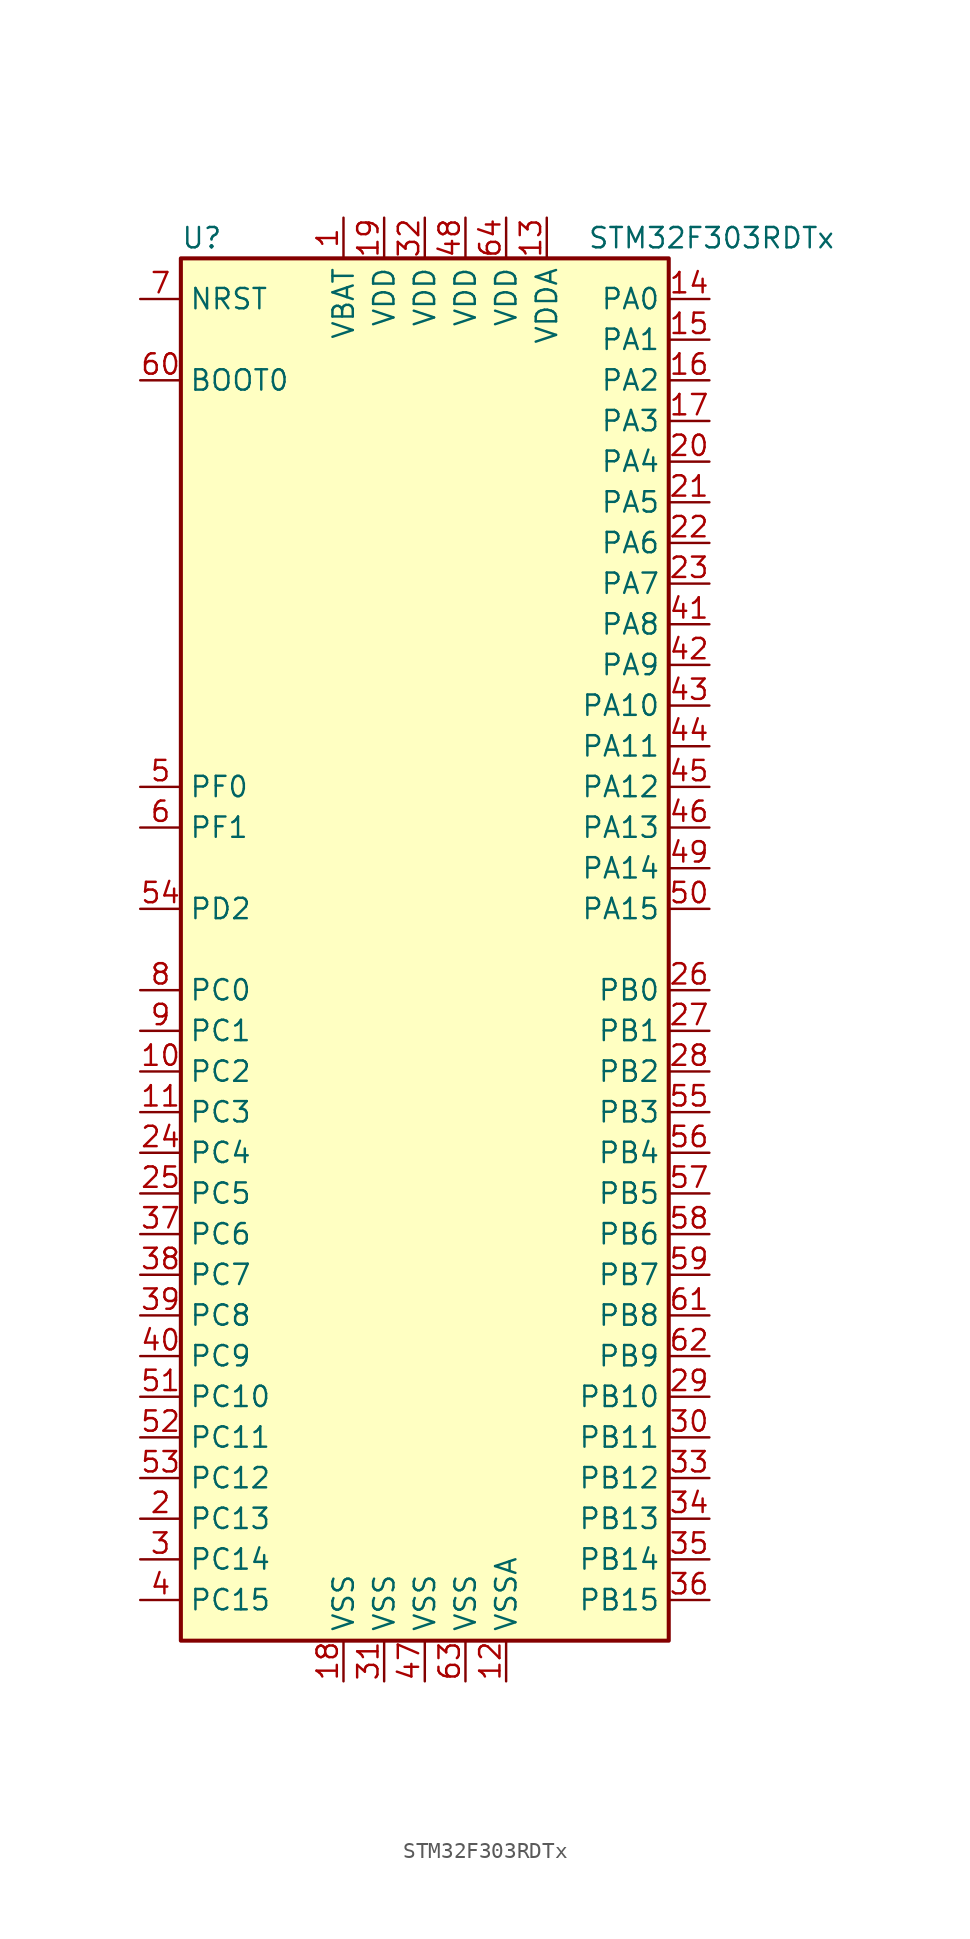
<source format=kicad_sym>
(kicad_symbol_lib
  (version 20211014)
  (generator kicad_symbol_editor)
  (symbol "STM32F303RDTx"
    (property "Reference" "U"
      (at -15.24 44.45 0)
      (effects (font (size 1.27 1.27)) (justify left)))
    (property "Value" "STM32F303RDTx"
      (at 10.16 44.45 0)
      (effects (font (size 1.27 1.27)) (justify left)))
    (symbol "STM32F303RDTx_0_1"
      (rectangle (start -15.24 -43.18) (end 15.24 43.18) (stroke (width 0.254) (type default) (color 0 0 0 0)) (fill (type background))))
    (symbol "STM32F303RDTx_1_1"
      (pin power_in line (at -5.08 45.72 270) (length 2.54) (name "VBAT" (effects (font (size 1.27 1.27)))) (number "1" (effects (font (size 1.27 1.27)))))
      (pin bidirectional line (at -17.78 -7.62 0) (length 2.54) (name "PC2" (effects (font (size 1.27 1.27)))) (number "10" (effects (font (size 1.27 1.27)))))
      (pin bidirectional line (at -17.78 -10.16 0) (length 2.54) (name "PC3" (effects (font (size 1.27 1.27)))) (number "11" (effects (font (size 1.27 1.27)))))
      (pin power_in line (at 5.08 -45.72 90) (length 2.54) (name "VSSA" (effects (font (size 1.27 1.27)))) (number "12" (effects (font (size 1.27 1.27)))))
      (pin power_in line (at 7.62 45.72 270) (length 2.54) (name "VDDA" (effects (font (size 1.27 1.27)))) (number "13" (effects (font (size 1.27 1.27)))))
      (pin bidirectional line (at 17.78 40.64 180) (length 2.54) (name "PA0" (effects (font (size 1.27 1.27)))) (number "14" (effects (font (size 1.27 1.27)))))
      (pin bidirectional line (at 17.78 38.1 180) (length 2.54) (name "PA1" (effects (font (size 1.27 1.27)))) (number "15" (effects (font (size 1.27 1.27)))))
      (pin bidirectional line (at 17.78 35.56 180) (length 2.54) (name "PA2" (effects (font (size 1.27 1.27)))) (number "16" (effects (font (size 1.27 1.27)))))
      (pin bidirectional line (at 17.78 33.02 180) (length 2.54) (name "PA3" (effects (font (size 1.27 1.27)))) (number "17" (effects (font (size 1.27 1.27)))))
      (pin power_in line (at -5.08 -45.72 90) (length 2.54) (name "VSS" (effects (font (size 1.27 1.27)))) (number "18" (effects (font (size 1.27 1.27)))))
      (pin power_in line (at -2.54 45.72 270) (length 2.54) (name "VDD" (effects (font (size 1.27 1.27)))) (number "19" (effects (font (size 1.27 1.27)))))
      (pin bidirectional line (at -17.78 -35.56 0) (length 2.54) (name "PC13" (effects (font (size 1.27 1.27)))) (number "2" (effects (font (size 1.27 1.27)))))
      (pin bidirectional line (at 17.78 30.48 180) (length 2.54) (name "PA4" (effects (font (size 1.27 1.27)))) (number "20" (effects (font (size 1.27 1.27)))))
      (pin bidirectional line (at 17.78 27.94 180) (length 2.54) (name "PA5" (effects (font (size 1.27 1.27)))) (number "21" (effects (font (size 1.27 1.27)))))
      (pin bidirectional line (at 17.78 25.4 180) (length 2.54) (name "PA6" (effects (font (size 1.27 1.27)))) (number "22" (effects (font (size 1.27 1.27)))))
      (pin bidirectional line (at 17.78 22.86 180) (length 2.54) (name "PA7" (effects (font (size 1.27 1.27)))) (number "23" (effects (font (size 1.27 1.27)))))
      (pin bidirectional line (at -17.78 -12.7 0) (length 2.54) (name "PC4" (effects (font (size 1.27 1.27)))) (number "24" (effects (font (size 1.27 1.27)))))
      (pin bidirectional line (at -17.78 -15.24 0) (length 2.54) (name "PC5" (effects (font (size 1.27 1.27)))) (number "25" (effects (font (size 1.27 1.27)))))
      (pin bidirectional line (at 17.78 -2.54 180) (length 2.54) (name "PB0" (effects (font (size 1.27 1.27)))) (number "26" (effects (font (size 1.27 1.27)))))
      (pin bidirectional line (at 17.78 -5.08 180) (length 2.54) (name "PB1" (effects (font (size 1.27 1.27)))) (number "27" (effects (font (size 1.27 1.27)))))
      (pin bidirectional line (at 17.78 -7.62 180) (length 2.54) (name "PB2" (effects (font (size 1.27 1.27)))) (number "28" (effects (font (size 1.27 1.27)))))
      (pin bidirectional line (at 17.78 -27.94 180) (length 2.54) (name "PB10" (effects (font (size 1.27 1.27)))) (number "29" (effects (font (size 1.27 1.27)))))
      (pin bidirectional line (at -17.78 -38.1 0) (length 2.54) (name "PC14" (effects (font (size 1.27 1.27)))) (number "3" (effects (font (size 1.27 1.27)))))
      (pin bidirectional line (at 17.78 -30.48 180) (length 2.54) (name "PB11" (effects (font (size 1.27 1.27)))) (number "30" (effects (font (size 1.27 1.27)))))
      (pin power_in line (at -2.54 -45.72 90) (length 2.54) (name "VSS" (effects (font (size 1.27 1.27)))) (number "31" (effects (font (size 1.27 1.27)))))
      (pin power_in line (at 0 45.72 270) (length 2.54) (name "VDD" (effects (font (size 1.27 1.27)))) (number "32" (effects (font (size 1.27 1.27)))))
      (pin bidirectional line (at 17.78 -33.02 180) (length 2.54) (name "PB12" (effects (font (size 1.27 1.27)))) (number "33" (effects (font (size 1.27 1.27)))))
      (pin bidirectional line (at 17.78 -35.56 180) (length 2.54) (name "PB13" (effects (font (size 1.27 1.27)))) (number "34" (effects (font (size 1.27 1.27)))))
      (pin bidirectional line (at 17.78 -38.1 180) (length 2.54) (name "PB14" (effects (font (size 1.27 1.27)))) (number "35" (effects (font (size 1.27 1.27)))))
      (pin bidirectional line (at 17.78 -40.64 180) (length 2.54) (name "PB15" (effects (font (size 1.27 1.27)))) (number "36" (effects (font (size 1.27 1.27)))))
      (pin bidirectional line (at -17.78 -17.78 0) (length 2.54) (name "PC6" (effects (font (size 1.27 1.27)))) (number "37" (effects (font (size 1.27 1.27)))))
      (pin bidirectional line (at -17.78 -20.32 0) (length 2.54) (name "PC7" (effects (font (size 1.27 1.27)))) (number "38" (effects (font (size 1.27 1.27)))))
      (pin bidirectional line (at -17.78 -22.86 0) (length 2.54) (name "PC8" (effects (font (size 1.27 1.27)))) (number "39" (effects (font (size 1.27 1.27)))))
      (pin bidirectional line (at -17.78 -40.64 0) (length 2.54) (name "PC15" (effects (font (size 1.27 1.27)))) (number "4" (effects (font (size 1.27 1.27)))))
      (pin bidirectional line (at -17.78 -25.4 0) (length 2.54) (name "PC9" (effects (font (size 1.27 1.27)))) (number "40" (effects (font (size 1.27 1.27)))))
      (pin bidirectional line (at 17.78 20.32 180) (length 2.54) (name "PA8" (effects (font (size 1.27 1.27)))) (number "41" (effects (font (size 1.27 1.27)))))
      (pin bidirectional line (at 17.78 17.78 180) (length 2.54) (name "PA9" (effects (font (size 1.27 1.27)))) (number "42" (effects (font (size 1.27 1.27)))))
      (pin bidirectional line (at 17.78 15.24 180) (length 2.54) (name "PA10" (effects (font (size 1.27 1.27)))) (number "43" (effects (font (size 1.27 1.27)))))
      (pin bidirectional line (at 17.78 12.7 180) (length 2.54) (name "PA11" (effects (font (size 1.27 1.27)))) (number "44" (effects (font (size 1.27 1.27)))))
      (pin bidirectional line (at 17.78 10.16 180) (length 2.54) (name "PA12" (effects (font (size 1.27 1.27)))) (number "45" (effects (font (size 1.27 1.27)))))
      (pin bidirectional line (at 17.78 7.62 180) (length 2.54) (name "PA13" (effects (font (size 1.27 1.27)))) (number "46" (effects (font (size 1.27 1.27)))))
      (pin power_in line (at 0 -45.72 90) (length 2.54) (name "VSS" (effects (font (size 1.27 1.27)))) (number "47" (effects (font (size 1.27 1.27)))))
      (pin power_in line (at 2.54 45.72 270) (length 2.54) (name "VDD" (effects (font (size 1.27 1.27)))) (number "48" (effects (font (size 1.27 1.27)))))
      (pin bidirectional line (at 17.78 5.08 180) (length 2.54) (name "PA14" (effects (font (size 1.27 1.27)))) (number "49" (effects (font (size 1.27 1.27)))))
      (pin input line (at -17.78 10.16 0) (length 2.54) (name "PF0" (effects (font (size 1.27 1.27)))) (number "5" (effects (font (size 1.27 1.27)))))
      (pin bidirectional line (at 17.78 2.54 180) (length 2.54) (name "PA15" (effects (font (size 1.27 1.27)))) (number "50" (effects (font (size 1.27 1.27)))))
      (pin bidirectional line (at -17.78 -27.94 0) (length 2.54) (name "PC10" (effects (font (size 1.27 1.27)))) (number "51" (effects (font (size 1.27 1.27)))))
      (pin bidirectional line (at -17.78 -30.48 0) (length 2.54) (name "PC11" (effects (font (size 1.27 1.27)))) (number "52" (effects (font (size 1.27 1.27)))))
      (pin bidirectional line (at -17.78 -33.02 0) (length 2.54) (name "PC12" (effects (font (size 1.27 1.27)))) (number "53" (effects (font (size 1.27 1.27)))))
      (pin bidirectional line (at -17.78 2.54 0) (length 2.54) (name "PD2" (effects (font (size 1.27 1.27)))) (number "54" (effects (font (size 1.27 1.27)))))
      (pin bidirectional line (at 17.78 -10.16 180) (length 2.54) (name "PB3" (effects (font (size 1.27 1.27)))) (number "55" (effects (font (size 1.27 1.27)))))
      (pin bidirectional line (at 17.78 -12.7 180) (length 2.54) (name "PB4" (effects (font (size 1.27 1.27)))) (number "56" (effects (font (size 1.27 1.27)))))
      (pin bidirectional line (at 17.78 -15.24 180) (length 2.54) (name "PB5" (effects (font (size 1.27 1.27)))) (number "57" (effects (font (size 1.27 1.27)))))
      (pin bidirectional line (at 17.78 -17.78 180) (length 2.54) (name "PB6" (effects (font (size 1.27 1.27)))) (number "58" (effects (font (size 1.27 1.27)))))
      (pin bidirectional line (at 17.78 -20.32 180) (length 2.54) (name "PB7" (effects (font (size 1.27 1.27)))) (number "59" (effects (font (size 1.27 1.27)))))
      (pin input line (at -17.78 7.62 0) (length 2.54) (name "PF1" (effects (font (size 1.27 1.27)))) (number "6" (effects (font (size 1.27 1.27)))))
      (pin input line (at -17.78 35.56 0) (length 2.54) (name "BOOT0" (effects (font (size 1.27 1.27)))) (number "60" (effects (font (size 1.27 1.27)))))
      (pin bidirectional line (at 17.78 -22.86 180) (length 2.54) (name "PB8" (effects (font (size 1.27 1.27)))) (number "61" (effects (font (size 1.27 1.27)))))
      (pin bidirectional line (at 17.78 -25.4 180) (length 2.54) (name "PB9" (effects (font (size 1.27 1.27)))) (number "62" (effects (font (size 1.27 1.27)))))
      (pin power_in line (at 2.54 -45.72 90) (length 2.54) (name "VSS" (effects (font (size 1.27 1.27)))) (number "63" (effects (font (size 1.27 1.27)))))
      (pin power_in line (at 5.08 45.72 270) (length 2.54) (name "VDD" (effects (font (size 1.27 1.27)))) (number "64" (effects (font (size 1.27 1.27)))))
      (pin input line (at -17.78 40.64 0) (length 2.54) (name "NRST" (effects (font (size 1.27 1.27)))) (number "7" (effects (font (size 1.27 1.27)))))
      (pin bidirectional line (at -17.78 -2.54 0) (length 2.54) (name "PC0" (effects (font (size 1.27 1.27)))) (number "8" (effects (font (size 1.27 1.27)))))
      (pin bidirectional line (at -17.78 -5.08 0) (length 2.54) (name "PC1" (effects (font (size 1.27 1.27)))) (number "9" (effects (font (size 1.27 1.27))))))))
</source>
